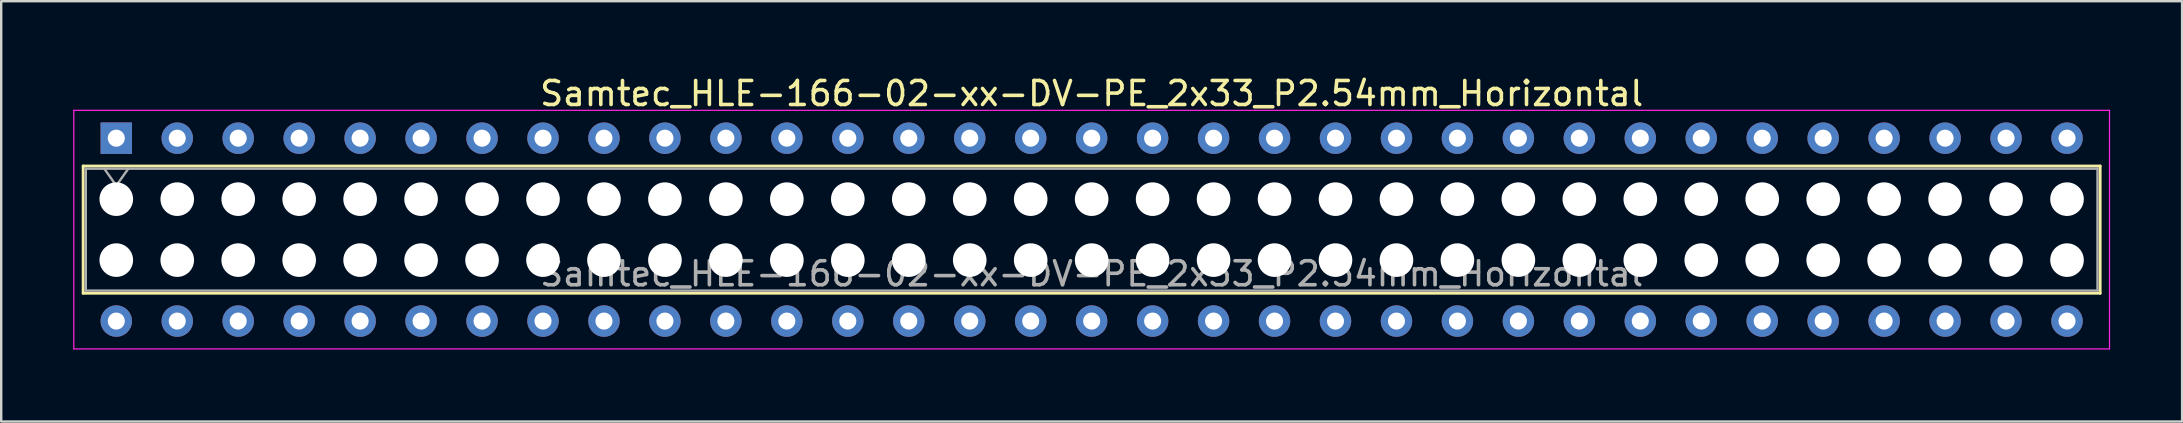
<source format=kicad_pcb>
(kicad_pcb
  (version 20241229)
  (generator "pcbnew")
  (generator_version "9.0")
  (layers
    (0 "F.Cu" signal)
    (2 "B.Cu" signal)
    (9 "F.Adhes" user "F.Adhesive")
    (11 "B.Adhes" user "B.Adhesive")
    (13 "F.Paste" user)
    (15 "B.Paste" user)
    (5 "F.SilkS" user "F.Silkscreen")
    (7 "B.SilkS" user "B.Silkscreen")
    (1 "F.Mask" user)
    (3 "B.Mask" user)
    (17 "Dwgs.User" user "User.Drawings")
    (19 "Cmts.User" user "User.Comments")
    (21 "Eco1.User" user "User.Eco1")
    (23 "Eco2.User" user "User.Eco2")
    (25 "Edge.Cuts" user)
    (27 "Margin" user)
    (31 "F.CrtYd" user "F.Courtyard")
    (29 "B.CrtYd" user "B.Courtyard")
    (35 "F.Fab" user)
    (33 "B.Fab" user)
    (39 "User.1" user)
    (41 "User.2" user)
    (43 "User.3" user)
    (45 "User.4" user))
  (footprint "Samtec_HLE-166-02-xx-DV-PE_2x33_P2.54mm_Horizontal"
    (layer "F.Cu")
    (at 1.795 2.708)
    (property "Reference" "Samtec_HLE-166-02-xx-DV-PE_2x33_P2.54mm_Horizontal" (at 40.64 -1.86 0) (layer "F.SilkS") (effects (font (size 1 1) (thickness 0.15))))
    (attr through_hole)
    (fp_line (start -1.38 1.16) (end 82.66 1.16) (stroke (width 0.12) (type solid)) (layer "F.SilkS"))
    (fp_line (start -1.38 6.46) (end -1.38 1.16) (stroke (width 0.12) (type solid)) (layer "F.SilkS"))
    (fp_line (start 82.66 1.16) (end 82.66 6.46) (stroke (width 0.12) (type solid)) (layer "F.SilkS"))
    (fp_line (start 82.66 6.46) (end -1.38 6.46) (stroke (width 0.12) (type solid)) (layer "F.SilkS"))
    (fp_line (start -1.77 -1.16) (end 83.05 -1.16) (stroke (width 0.05) (type solid)) (layer "F.CrtYd"))
    (fp_line (start -1.77 8.78) (end -1.77 -1.16) (stroke (width 0.05) (type solid)) (layer "F.CrtYd"))
    (fp_line (start 83.05 -1.16) (end 83.05 8.78) (stroke (width 0.05) (type solid)) (layer "F.CrtYd"))
    (fp_line (start 83.05 8.78) (end -1.77 8.78) (stroke (width 0.05) (type solid)) (layer "F.CrtYd"))
    (fp_line (start -1.27 1.27) (end 82.55 1.27) (stroke (width 0.1) (type solid)) (layer "F.Fab"))
    (fp_line (start -1.27 6.35) (end -1.27 1.27) (stroke (width 0.1) (type solid)) (layer "F.Fab"))
    (fp_line (start -0.5 1.27) (end 0 1.977) (stroke (width 0.1) (type solid)) (layer "F.Fab"))
    (fp_line (start 0 1.977) (end 0.5 1.27) (stroke (width 0.1) (type solid)) (layer "F.Fab"))
    (fp_line (start 82.55 1.27) (end 82.55 6.35) (stroke (width 0.1) (type solid)) (layer "F.Fab"))
    (fp_line (start 82.55 6.35) (end -1.27 6.35) (stroke (width 0.1) (type solid)) (layer "F.Fab"))
    (fp_text user "${REFERENCE}" (at 40.64 5.65 0) (layer "F.Fab") (effects (font (size 1 1) (thickness 0.15))))
    (pad "" np_thru_hole circle (at 0 2.54) (size 1.4 1.4) (drill 1.4) (layers "*.Cu" "*.Mask"))
    (pad "" np_thru_hole circle (at 0 5.08) (size 1.4 1.4) (drill 1.4) (layers "*.Cu" "*.Mask"))
    (pad "" np_thru_hole circle (at 2.54 2.54) (size 1.4 1.4) (drill 1.4) (layers "*.Cu" "*.Mask"))
    (pad "" np_thru_hole circle (at 2.54 5.08) (size 1.4 1.4) (drill 1.4) (layers "*.Cu" "*.Mask"))
    (pad "" np_thru_hole circle (at 5.08 2.54) (size 1.4 1.4) (drill 1.4) (layers "*.Cu" "*.Mask"))
    (pad "" np_thru_hole circle (at 5.08 5.08) (size 1.4 1.4) (drill 1.4) (layers "*.Cu" "*.Mask"))
    (pad "" np_thru_hole circle (at 7.62 2.54) (size 1.4 1.4) (drill 1.4) (layers "*.Cu" "*.Mask"))
    (pad "" np_thru_hole circle (at 7.62 5.08) (size 1.4 1.4) (drill 1.4) (layers "*.Cu" "*.Mask"))
    (pad "" np_thru_hole circle (at 10.16 2.54) (size 1.4 1.4) (drill 1.4) (layers "*.Cu" "*.Mask"))
    (pad "" np_thru_hole circle (at 10.16 5.08) (size 1.4 1.4) (drill 1.4) (layers "*.Cu" "*.Mask"))
    (pad "" np_thru_hole circle (at 12.7 2.54) (size 1.4 1.4) (drill 1.4) (layers "*.Cu" "*.Mask"))
    (pad "" np_thru_hole circle (at 12.7 5.08) (size 1.4 1.4) (drill 1.4) (layers "*.Cu" "*.Mask"))
    (pad "" np_thru_hole circle (at 15.24 2.54) (size 1.4 1.4) (drill 1.4) (layers "*.Cu" "*.Mask"))
    (pad "" np_thru_hole circle (at 15.24 5.08) (size 1.4 1.4) (drill 1.4) (layers "*.Cu" "*.Mask"))
    (pad "" np_thru_hole circle (at 17.78 2.54) (size 1.4 1.4) (drill 1.4) (layers "*.Cu" "*.Mask"))
    (pad "" np_thru_hole circle (at 17.78 5.08) (size 1.4 1.4) (drill 1.4) (layers "*.Cu" "*.Mask"))
    (pad "" np_thru_hole circle (at 20.32 2.54) (size 1.4 1.4) (drill 1.4) (layers "*.Cu" "*.Mask"))
    (pad "" np_thru_hole circle (at 20.32 5.08) (size 1.4 1.4) (drill 1.4) (layers "*.Cu" "*.Mask"))
    (pad "" np_thru_hole circle (at 22.86 2.54) (size 1.4 1.4) (drill 1.4) (layers "*.Cu" "*.Mask"))
    (pad "" np_thru_hole circle (at 22.86 5.08) (size 1.4 1.4) (drill 1.4) (layers "*.Cu" "*.Mask"))
    (pad "" np_thru_hole circle (at 25.4 2.54) (size 1.4 1.4) (drill 1.4) (layers "*.Cu" "*.Mask"))
    (pad "" np_thru_hole circle (at 25.4 5.08) (size 1.4 1.4) (drill 1.4) (layers "*.Cu" "*.Mask"))
    (pad "" np_thru_hole circle (at 27.94 2.54) (size 1.4 1.4) (drill 1.4) (layers "*.Cu" "*.Mask"))
    (pad "" np_thru_hole circle (at 27.94 5.08) (size 1.4 1.4) (drill 1.4) (layers "*.Cu" "*.Mask"))
    (pad "" np_thru_hole circle (at 30.48 2.54) (size 1.4 1.4) (drill 1.4) (layers "*.Cu" "*.Mask"))
    (pad "" np_thru_hole circle (at 30.48 5.08) (size 1.4 1.4) (drill 1.4) (layers "*.Cu" "*.Mask"))
    (pad "" np_thru_hole circle (at 33.02 2.54) (size 1.4 1.4) (drill 1.4) (layers "*.Cu" "*.Mask"))
    (pad "" np_thru_hole circle (at 33.02 5.08) (size 1.4 1.4) (drill 1.4) (layers "*.Cu" "*.Mask"))
    (pad "" np_thru_hole circle (at 35.56 2.54) (size 1.4 1.4) (drill 1.4) (layers "*.Cu" "*.Mask"))
    (pad "" np_thru_hole circle (at 35.56 5.08) (size 1.4 1.4) (drill 1.4) (layers "*.Cu" "*.Mask"))
    (pad "" np_thru_hole circle (at 38.1 2.54) (size 1.4 1.4) (drill 1.4) (layers "*.Cu" "*.Mask"))
    (pad "" np_thru_hole circle (at 38.1 5.08) (size 1.4 1.4) (drill 1.4) (layers "*.Cu" "*.Mask"))
    (pad "" np_thru_hole circle (at 40.64 2.54) (size 1.4 1.4) (drill 1.4) (layers "*.Cu" "*.Mask"))
    (pad "" np_thru_hole circle (at 40.64 5.08) (size 1.4 1.4) (drill 1.4) (layers "*.Cu" "*.Mask"))
    (pad "" np_thru_hole circle (at 43.18 2.54) (size 1.4 1.4) (drill 1.4) (layers "*.Cu" "*.Mask"))
    (pad "" np_thru_hole circle (at 43.18 5.08) (size 1.4 1.4) (drill 1.4) (layers "*.Cu" "*.Mask"))
    (pad "" np_thru_hole circle (at 45.72 2.54) (size 1.4 1.4) (drill 1.4) (layers "*.Cu" "*.Mask"))
    (pad "" np_thru_hole circle (at 45.72 5.08) (size 1.4 1.4) (drill 1.4) (layers "*.Cu" "*.Mask"))
    (pad "" np_thru_hole circle (at 48.26 2.54) (size 1.4 1.4) (drill 1.4) (layers "*.Cu" "*.Mask"))
    (pad "" np_thru_hole circle (at 48.26 5.08) (size 1.4 1.4) (drill 1.4) (layers "*.Cu" "*.Mask"))
    (pad "" np_thru_hole circle (at 50.8 2.54) (size 1.4 1.4) (drill 1.4) (layers "*.Cu" "*.Mask"))
    (pad "" np_thru_hole circle (at 50.8 5.08) (size 1.4 1.4) (drill 1.4) (layers "*.Cu" "*.Mask"))
    (pad "" np_thru_hole circle (at 53.34 2.54) (size 1.4 1.4) (drill 1.4) (layers "*.Cu" "*.Mask"))
    (pad "" np_thru_hole circle (at 53.34 5.08) (size 1.4 1.4) (drill 1.4) (layers "*.Cu" "*.Mask"))
    (pad "" np_thru_hole circle (at 55.88 2.54) (size 1.4 1.4) (drill 1.4) (layers "*.Cu" "*.Mask"))
    (pad "" np_thru_hole circle (at 55.88 5.08) (size 1.4 1.4) (drill 1.4) (layers "*.Cu" "*.Mask"))
    (pad "" np_thru_hole circle (at 58.42 2.54) (size 1.4 1.4) (drill 1.4) (layers "*.Cu" "*.Mask"))
    (pad "" np_thru_hole circle (at 58.42 5.08) (size 1.4 1.4) (drill 1.4) (layers "*.Cu" "*.Mask"))
    (pad "" np_thru_hole circle (at 60.96 2.54) (size 1.4 1.4) (drill 1.4) (layers "*.Cu" "*.Mask"))
    (pad "" np_thru_hole circle (at 60.96 5.08) (size 1.4 1.4) (drill 1.4) (layers "*.Cu" "*.Mask"))
    (pad "" np_thru_hole circle (at 63.5 2.54) (size 1.4 1.4) (drill 1.4) (layers "*.Cu" "*.Mask"))
    (pad "" np_thru_hole circle (at 63.5 5.08) (size 1.4 1.4) (drill 1.4) (layers "*.Cu" "*.Mask"))
    (pad "" np_thru_hole circle (at 66.04 2.54) (size 1.4 1.4) (drill 1.4) (layers "*.Cu" "*.Mask"))
    (pad "" np_thru_hole circle (at 66.04 5.08) (size 1.4 1.4) (drill 1.4) (layers "*.Cu" "*.Mask"))
    (pad "" np_thru_hole circle (at 68.58 2.54) (size 1.4 1.4) (drill 1.4) (layers "*.Cu" "*.Mask"))
    (pad "" np_thru_hole circle (at 68.58 5.08) (size 1.4 1.4) (drill 1.4) (layers "*.Cu" "*.Mask"))
    (pad "" np_thru_hole circle (at 71.12 2.54) (size 1.4 1.4) (drill 1.4) (layers "*.Cu" "*.Mask"))
    (pad "" np_thru_hole circle (at 71.12 5.08) (size 1.4 1.4) (drill 1.4) (layers "*.Cu" "*.Mask"))
    (pad "" np_thru_hole circle (at 73.66 2.54) (size 1.4 1.4) (drill 1.4) (layers "*.Cu" "*.Mask"))
    (pad "" np_thru_hole circle (at 73.66 5.08) (size 1.4 1.4) (drill 1.4) (layers "*.Cu" "*.Mask"))
    (pad "" np_thru_hole circle (at 76.2 2.54) (size 1.4 1.4) (drill 1.4) (layers "*.Cu" "*.Mask"))
    (pad "" np_thru_hole circle (at 76.2 5.08) (size 1.4 1.4) (drill 1.4) (layers "*.Cu" "*.Mask"))
    (pad "" np_thru_hole circle (at 78.74 2.54) (size 1.4 1.4) (drill 1.4) (layers "*.Cu" "*.Mask"))
    (pad "" np_thru_hole circle (at 78.74 5.08) (size 1.4 1.4) (drill 1.4) (layers "*.Cu" "*.Mask"))
    (pad "" np_thru_hole circle (at 81.28 2.54) (size 1.4 1.4) (drill 1.4) (layers "*.Cu" "*.Mask"))
    (pad "" np_thru_hole circle (at 81.28 5.08) (size 1.4 1.4) (drill 1.4) (layers "*.Cu" "*.Mask"))
    (pad "1" thru_hole rect (at 0 0) (size 1.31 1.31) (drill 0.71) (layers "*.Cu" "*.Mask"))
    (pad "2" thru_hole circle (at 0 7.62) (size 1.31 1.31) (drill 0.71) (layers "*.Cu" "*.Mask"))
    (pad "3" thru_hole circle (at 2.54 0) (size 1.31 1.31) (drill 0.71) (layers "*.Cu" "*.Mask"))
    (pad "4" thru_hole circle (at 2.54 7.62) (size 1.31 1.31) (drill 0.71) (layers "*.Cu" "*.Mask"))
    (pad "5" thru_hole circle (at 5.08 0) (size 1.31 1.31) (drill 0.71) (layers "*.Cu" "*.Mask"))
    (pad "6" thru_hole circle (at 5.08 7.62) (size 1.31 1.31) (drill 0.71) (layers "*.Cu" "*.Mask"))
    (pad "7" thru_hole circle (at 7.62 0) (size 1.31 1.31) (drill 0.71) (layers "*.Cu" "*.Mask"))
    (pad "8" thru_hole circle (at 7.62 7.62) (size 1.31 1.31) (drill 0.71) (layers "*.Cu" "*.Mask"))
    (pad "9" thru_hole circle (at 10.16 0) (size 1.31 1.31) (drill 0.71) (layers "*.Cu" "*.Mask"))
    (pad "10" thru_hole circle (at 10.16 7.62) (size 1.31 1.31) (drill 0.71) (layers "*.Cu" "*.Mask"))
    (pad "11" thru_hole circle (at 12.7 0) (size 1.31 1.31) (drill 0.71) (layers "*.Cu" "*.Mask"))
    (pad "12" thru_hole circle (at 12.7 7.62) (size 1.31 1.31) (drill 0.71) (layers "*.Cu" "*.Mask"))
    (pad "13" thru_hole circle (at 15.24 0) (size 1.31 1.31) (drill 0.71) (layers "*.Cu" "*.Mask"))
    (pad "14" thru_hole circle (at 15.24 7.62) (size 1.31 1.31) (drill 0.71) (layers "*.Cu" "*.Mask"))
    (pad "15" thru_hole circle (at 17.78 0) (size 1.31 1.31) (drill 0.71) (layers "*.Cu" "*.Mask"))
    (pad "16" thru_hole circle (at 17.78 7.62) (size 1.31 1.31) (drill 0.71) (layers "*.Cu" "*.Mask"))
    (pad "17" thru_hole circle (at 20.32 0) (size 1.31 1.31) (drill 0.71) (layers "*.Cu" "*.Mask"))
    (pad "18" thru_hole circle (at 20.32 7.62) (size 1.31 1.31) (drill 0.71) (layers "*.Cu" "*.Mask"))
    (pad "19" thru_hole circle (at 22.86 0) (size 1.31 1.31) (drill 0.71) (layers "*.Cu" "*.Mask"))
    (pad "20" thru_hole circle (at 22.86 7.62) (size 1.31 1.31) (drill 0.71) (layers "*.Cu" "*.Mask"))
    (pad "21" thru_hole circle (at 25.4 0) (size 1.31 1.31) (drill 0.71) (layers "*.Cu" "*.Mask"))
    (pad "22" thru_hole circle (at 25.4 7.62) (size 1.31 1.31) (drill 0.71) (layers "*.Cu" "*.Mask"))
    (pad "23" thru_hole circle (at 27.94 0) (size 1.31 1.31) (drill 0.71) (layers "*.Cu" "*.Mask"))
    (pad "24" thru_hole circle (at 27.94 7.62) (size 1.31 1.31) (drill 0.71) (layers "*.Cu" "*.Mask"))
    (pad "25" thru_hole circle (at 30.48 0) (size 1.31 1.31) (drill 0.71) (layers "*.Cu" "*.Mask"))
    (pad "26" thru_hole circle (at 30.48 7.62) (size 1.31 1.31) (drill 0.71) (layers "*.Cu" "*.Mask"))
    (pad "27" thru_hole circle (at 33.02 0) (size 1.31 1.31) (drill 0.71) (layers "*.Cu" "*.Mask"))
    (pad "28" thru_hole circle (at 33.02 7.62) (size 1.31 1.31) (drill 0.71) (layers "*.Cu" "*.Mask"))
    (pad "29" thru_hole circle (at 35.56 0) (size 1.31 1.31) (drill 0.71) (layers "*.Cu" "*.Mask"))
    (pad "30" thru_hole circle (at 35.56 7.62) (size 1.31 1.31) (drill 0.71) (layers "*.Cu" "*.Mask"))
    (pad "31" thru_hole circle (at 38.1 0) (size 1.31 1.31) (drill 0.71) (layers "*.Cu" "*.Mask"))
    (pad "32" thru_hole circle (at 38.1 7.62) (size 1.31 1.31) (drill 0.71) (layers "*.Cu" "*.Mask"))
    (pad "33" thru_hole circle (at 40.64 0) (size 1.31 1.31) (drill 0.71) (layers "*.Cu" "*.Mask"))
    (pad "34" thru_hole circle (at 40.64 7.62) (size 1.31 1.31) (drill 0.71) (layers "*.Cu" "*.Mask"))
    (pad "35" thru_hole circle (at 43.18 0) (size 1.31 1.31) (drill 0.71) (layers "*.Cu" "*.Mask"))
    (pad "36" thru_hole circle (at 43.18 7.62) (size 1.31 1.31) (drill 0.71) (layers "*.Cu" "*.Mask"))
    (pad "37" thru_hole circle (at 45.72 0) (size 1.31 1.31) (drill 0.71) (layers "*.Cu" "*.Mask"))
    (pad "38" thru_hole circle (at 45.72 7.62) (size 1.31 1.31) (drill 0.71) (layers "*.Cu" "*.Mask"))
    (pad "39" thru_hole circle (at 48.26 0) (size 1.31 1.31) (drill 0.71) (layers "*.Cu" "*.Mask"))
    (pad "40" thru_hole circle (at 48.26 7.62) (size 1.31 1.31) (drill 0.71) (layers "*.Cu" "*.Mask"))
    (pad "41" thru_hole circle (at 50.8 0) (size 1.31 1.31) (drill 0.71) (layers "*.Cu" "*.Mask"))
    (pad "42" thru_hole circle (at 50.8 7.62) (size 1.31 1.31) (drill 0.71) (layers "*.Cu" "*.Mask"))
    (pad "43" thru_hole circle (at 53.34 0) (size 1.31 1.31) (drill 0.71) (layers "*.Cu" "*.Mask"))
    (pad "44" thru_hole circle (at 53.34 7.62) (size 1.31 1.31) (drill 0.71) (layers "*.Cu" "*.Mask"))
    (pad "45" thru_hole circle (at 55.88 0) (size 1.31 1.31) (drill 0.71) (layers "*.Cu" "*.Mask"))
    (pad "46" thru_hole circle (at 55.88 7.62) (size 1.31 1.31) (drill 0.71) (layers "*.Cu" "*.Mask"))
    (pad "47" thru_hole circle (at 58.42 0) (size 1.31 1.31) (drill 0.71) (layers "*.Cu" "*.Mask"))
    (pad "48" thru_hole circle (at 58.42 7.62) (size 1.31 1.31) (drill 0.71) (layers "*.Cu" "*.Mask"))
    (pad "49" thru_hole circle (at 60.96 0) (size 1.31 1.31) (drill 0.71) (layers "*.Cu" "*.Mask"))
    (pad "50" thru_hole circle (at 60.96 7.62) (size 1.31 1.31) (drill 0.71) (layers "*.Cu" "*.Mask"))
    (pad "51" thru_hole circle (at 63.5 0) (size 1.31 1.31) (drill 0.71) (layers "*.Cu" "*.Mask"))
    (pad "52" thru_hole circle (at 63.5 7.62) (size 1.31 1.31) (drill 0.71) (layers "*.Cu" "*.Mask"))
    (pad "53" thru_hole circle (at 66.04 0) (size 1.31 1.31) (drill 0.71) (layers "*.Cu" "*.Mask"))
    (pad "54" thru_hole circle (at 66.04 7.62) (size 1.31 1.31) (drill 0.71) (layers "*.Cu" "*.Mask"))
    (pad "55" thru_hole circle (at 68.58 0) (size 1.31 1.31) (drill 0.71) (layers "*.Cu" "*.Mask"))
    (pad "56" thru_hole circle (at 68.58 7.62) (size 1.31 1.31) (drill 0.71) (layers "*.Cu" "*.Mask"))
    (pad "57" thru_hole circle (at 71.12 0) (size 1.31 1.31) (drill 0.71) (layers "*.Cu" "*.Mask"))
    (pad "58" thru_hole circle (at 71.12 7.62) (size 1.31 1.31) (drill 0.71) (layers "*.Cu" "*.Mask"))
    (pad "59" thru_hole circle (at 73.66 0) (size 1.31 1.31) (drill 0.71) (layers "*.Cu" "*.Mask"))
    (pad "60" thru_hole circle (at 73.66 7.62) (size 1.31 1.31) (drill 0.71) (layers "*.Cu" "*.Mask"))
    (pad "61" thru_hole circle (at 76.2 0) (size 1.31 1.31) (drill 0.71) (layers "*.Cu" "*.Mask"))
    (pad "62" thru_hole circle (at 76.2 7.62) (size 1.31 1.31) (drill 0.71) (layers "*.Cu" "*.Mask"))
    (pad "63" thru_hole circle (at 78.74 0) (size 1.31 1.31) (drill 0.71) (layers "*.Cu" "*.Mask"))
    (pad "64" thru_hole circle (at 78.74 7.62) (size 1.31 1.31) (drill 0.71) (layers "*.Cu" "*.Mask"))
    (pad "65" thru_hole circle (at 81.28 0) (size 1.31 1.31) (drill 0.71) (layers "*.Cu" "*.Mask"))
    (pad "66" thru_hole circle (at 81.28 7.62) (size 1.31 1.31) (drill 0.71) (layers "*.Cu" "*.Mask")))
  (gr_rect
    (start -3 -3)
    (end 87.87 14.513)
    (stroke (width 0.1) (type default))
    (fill no)
    (layer "Edge.Cuts")))
</source>
